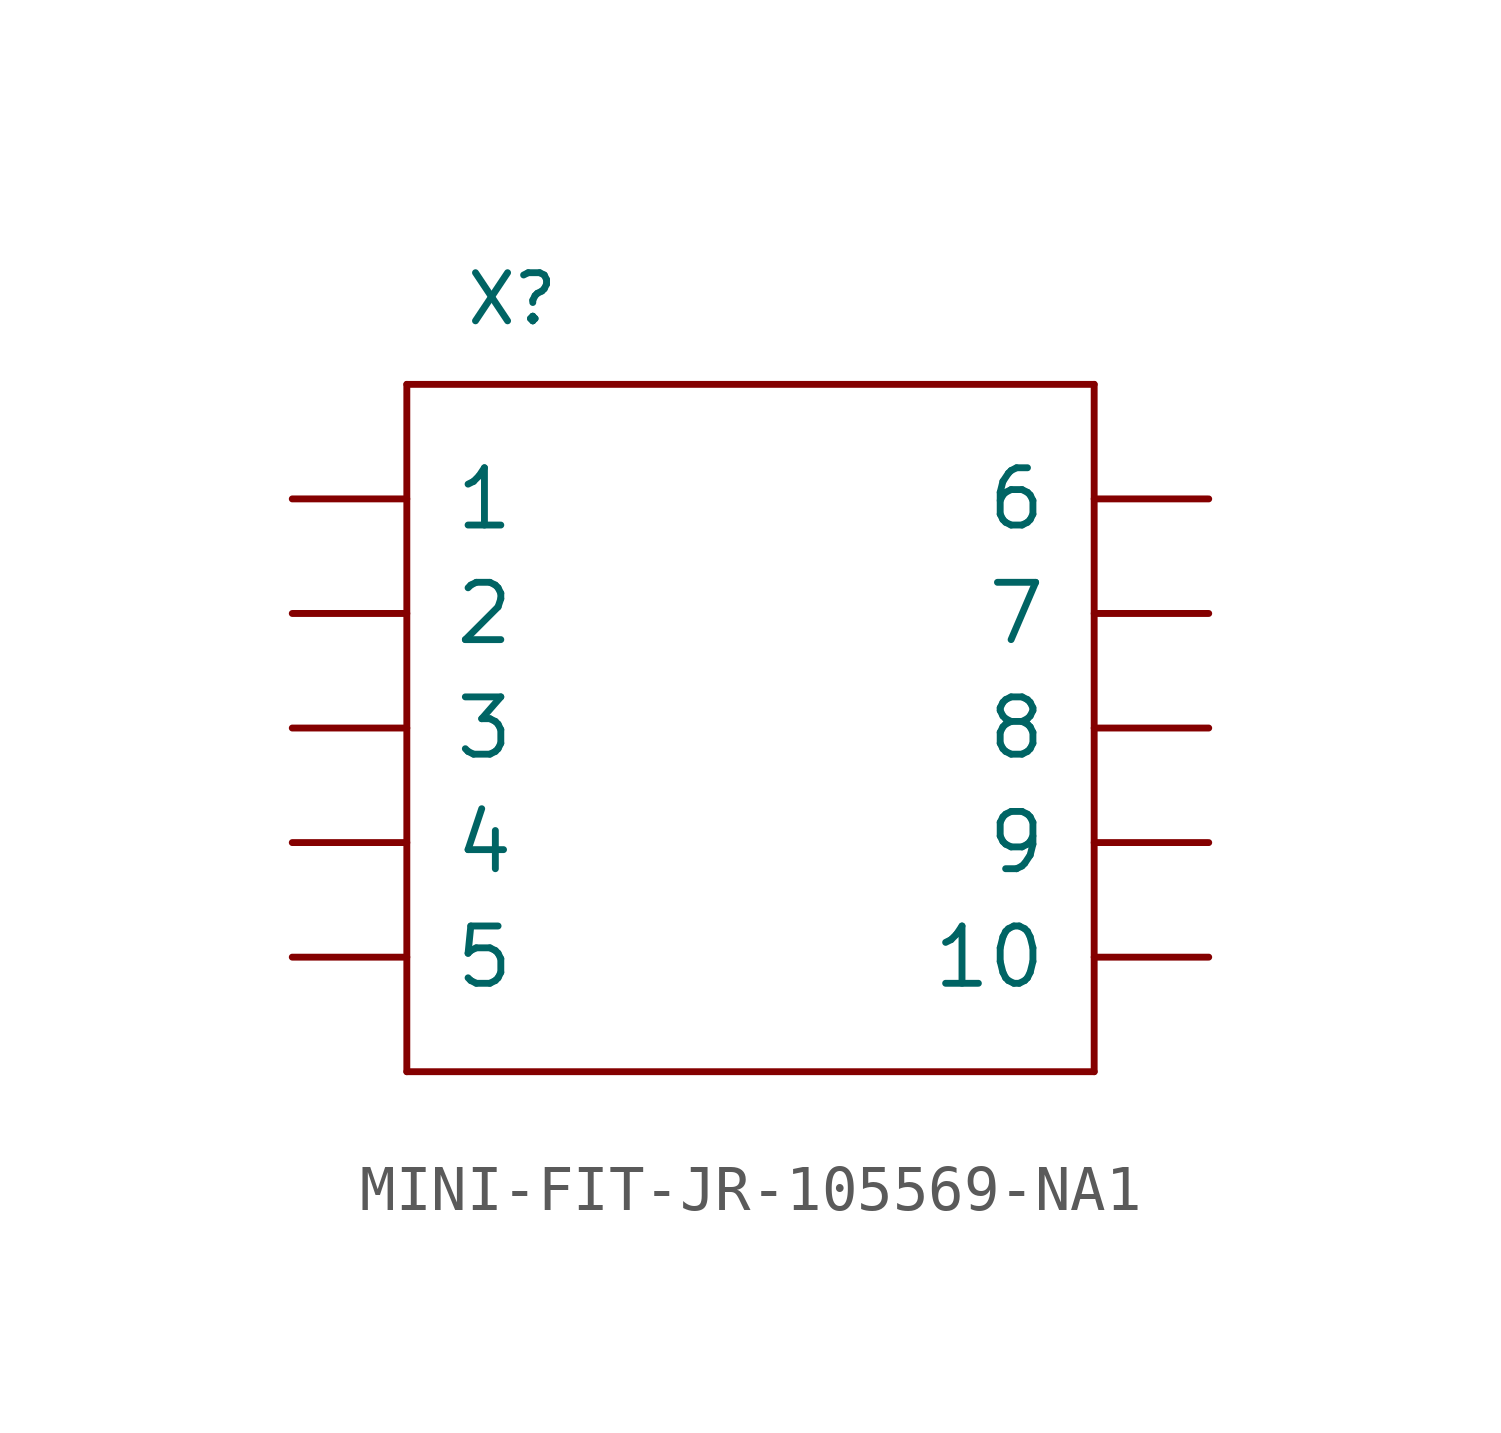
<source format=kicad_sym>
(kicad_symbol_lib
  (version 20211014)
  (generator kicad_symbol_editor)
  (symbol "MINI-FIT-JR-105569-NA1"
    (pin_names
      (offset 1.016))
    (property "Reference" "X"
      (at -6.35 8.89 0)
      (effects (font (size 1.067 1.067)) (justify left bottom)))
    (property "ki_locked" ""
      (at 0 0 0)
      (effects (font (size 1.27 1.27))))
    (symbol "MINI-FIT-JR-105569-NA1_1_0"
      (polyline (pts (xy -7.62 -7.62) (xy 7.62 -7.62)) (stroke (width 0) (type default) (color 0 0 0 0)) (fill (type none)))
      (polyline (pts (xy -7.62 7.62) (xy -7.62 -7.62)) (stroke (width 0) (type default) (color 0 0 0 0)) (fill (type none)))
      (polyline (pts (xy 7.62 -7.62) (xy 7.62 7.62)) (stroke (width 0) (type default) (color 0 0 0 0)) (fill (type none)))
      (polyline (pts (xy 7.62 7.62) (xy -7.62 7.62)) (stroke (width 0) (type default) (color 0 0 0 0)) (fill (type none)))
      (pin bidirectional line (at -10.16 5.08 0) (length 2.54) (name "1" (effects (font (size 1.27 1.27)))) (number "P1" (effects (font (size 0 0)))))
      (pin bidirectional line (at 10.16 -5.08 180) (length 2.54) (name "10" (effects (font (size 1.27 1.27)))) (number "P10" (effects (font (size 0 0)))))
      (pin bidirectional line (at -10.16 2.54 0) (length 2.54) (name "2" (effects (font (size 1.27 1.27)))) (number "P2" (effects (font (size 0 0)))))
      (pin bidirectional line (at -10.16 0 0) (length 2.54) (name "3" (effects (font (size 1.27 1.27)))) (number "P3" (effects (font (size 0 0)))))
      (pin bidirectional line (at -10.16 -2.54 0) (length 2.54) (name "4" (effects (font (size 1.27 1.27)))) (number "P4" (effects (font (size 0 0)))))
      (pin bidirectional line (at -10.16 -5.08 0) (length 2.54) (name "5" (effects (font (size 1.27 1.27)))) (number "P5" (effects (font (size 0 0)))))
      (pin bidirectional line (at 10.16 5.08 180) (length 2.54) (name "6" (effects (font (size 1.27 1.27)))) (number "P6" (effects (font (size 0 0)))))
      (pin bidirectional line (at 10.16 2.54 180) (length 2.54) (name "7" (effects (font (size 1.27 1.27)))) (number "P7" (effects (font (size 0 0)))))
      (pin bidirectional line (at 10.16 0 180) (length 2.54) (name "8" (effects (font (size 1.27 1.27)))) (number "P8" (effects (font (size 0 0)))))
      (pin bidirectional line (at 10.16 -2.54 180) (length 2.54) (name "9" (effects (font (size 1.27 1.27)))) (number "P9" (effects (font (size 0 0))))))))
</source>
